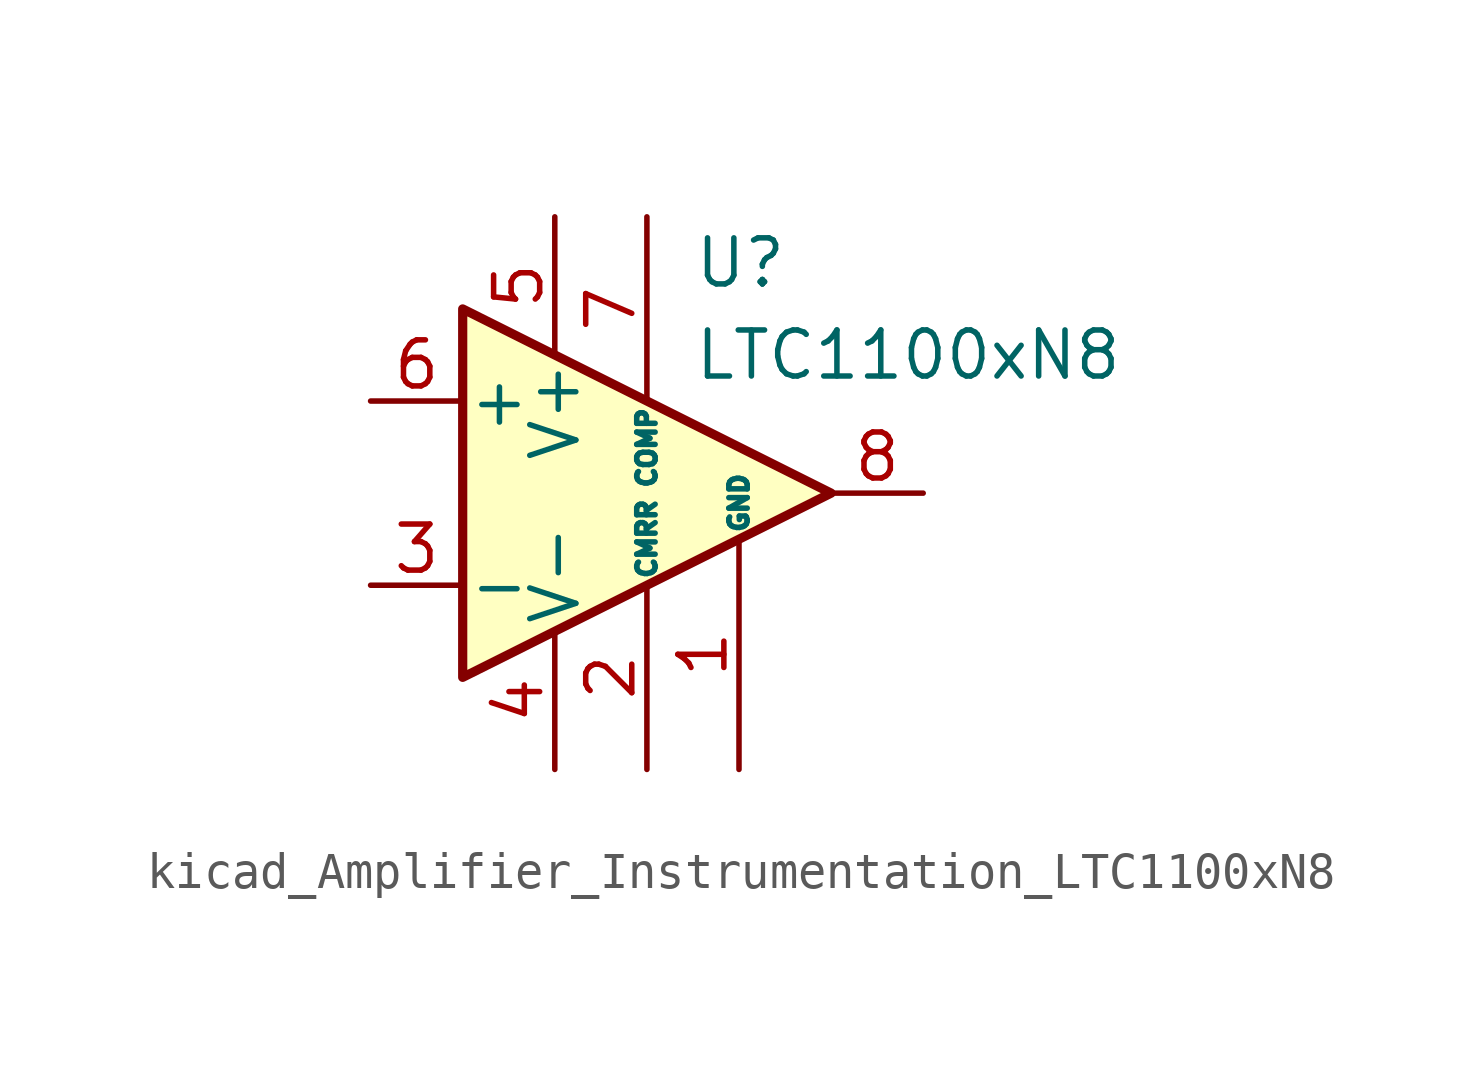
<source format=kicad_sym>
(kicad_symbol_lib
  (version 20220914)
  (generator kicad_symbol_editor)
  (symbol "kicad_Amplifier_Instrumentation_LTC1100xN8"
    (pin_names
      (offset 0.127))
    (property "Reference" "U"
      (at 1.27 6.35 0)
      (effects (font (size 1.27 1.27)) (justify left)))
    (property "Value" "LTC1100xN8"
      (at 1.27 3.81 0)
      (effects (font (size 1.27 1.27)) (justify left)))
    (symbol "kicad_Amplifier_Instrumentation_LTC1100xN8_0_1"
      (polyline (pts (xy -5.08 5.08) (xy 5.08 0) (xy -5.08 -5.08) (xy -5.08 5.08)) (stroke (width 0.254) (type default)) (fill (type background))))
    (symbol "kicad_Amplifier_Instrumentation_LTC1100xN8_1_1"
      (pin input line (at 2.54 -7.62 90) (length 6.35) (name "GND" (effects (font (size 0.508 0.508)))) (number "1" (effects (font (size 1.27 1.27)))))
      (pin input line (at 0 -7.62 90) (length 5.08) (name "CMRR" (effects (font (size 0.508 0.508)))) (number "2" (effects (font (size 1.27 1.27)))))
      (pin input line (at -7.62 -2.54 0) (length 2.54) (name "-" (effects (font (size 1.27 1.27)))) (number "3" (effects (font (size 1.27 1.27)))))
      (pin power_in line (at -2.54 -7.62 90) (length 3.81) (name "V-" (effects (font (size 1.27 1.27)))) (number "4" (effects (font (size 1.27 1.27)))))
      (pin power_in line (at -2.54 7.62 270) (length 3.81) (name "V+" (effects (font (size 1.27 1.27)))) (number "5" (effects (font (size 1.27 1.27)))))
      (pin input line (at -7.62 2.54 0) (length 2.54) (name "+" (effects (font (size 1.27 1.27)))) (number "6" (effects (font (size 1.27 1.27)))))
      (pin input line (at 0 7.62 270) (length 5.08) (name "COMP" (effects (font (size 0.508 0.508)))) (number "7" (effects (font (size 1.27 1.27)))))
      (pin output line (at 7.62 0 180) (length 2.54) (name "~" (effects (font (size 1.27 1.27)))) (number "8" (effects (font (size 1.27 1.27))))))))
</source>
